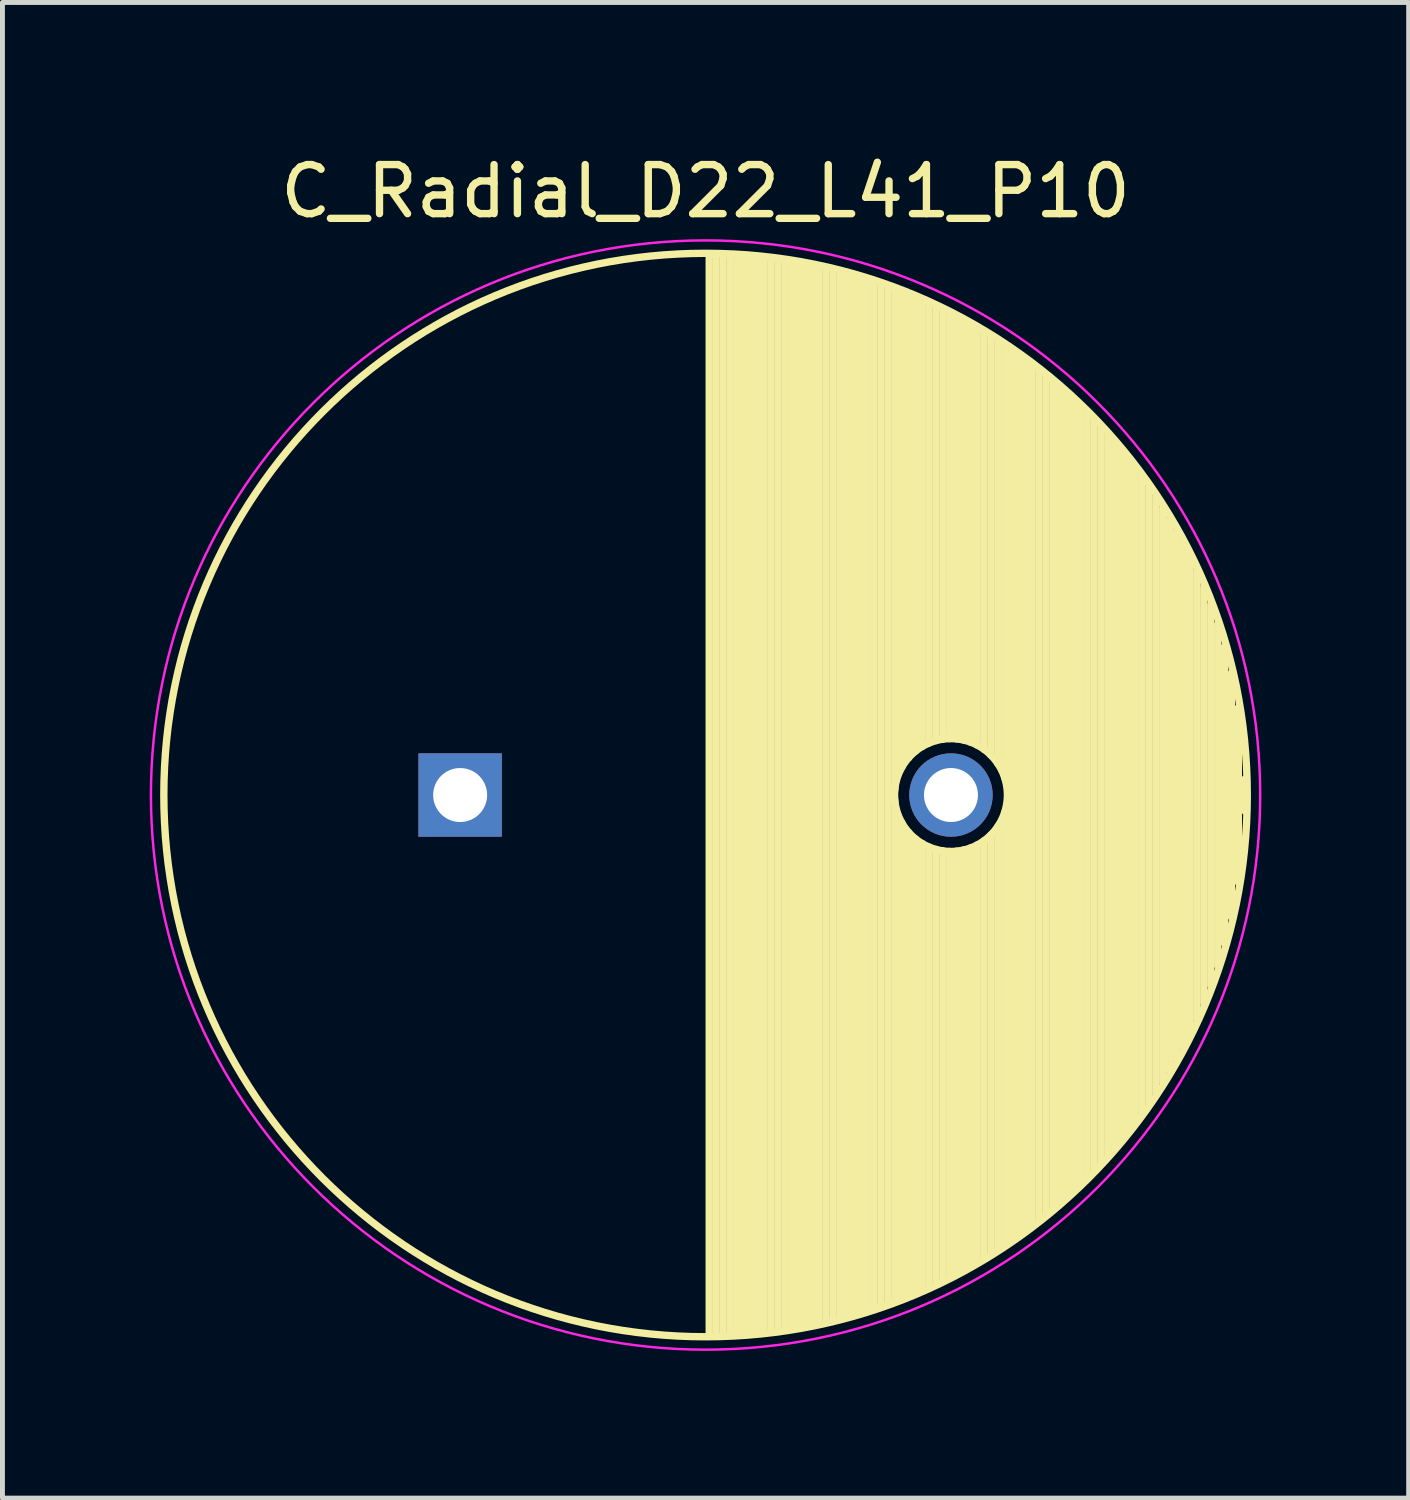
<source format=kicad_pcb>
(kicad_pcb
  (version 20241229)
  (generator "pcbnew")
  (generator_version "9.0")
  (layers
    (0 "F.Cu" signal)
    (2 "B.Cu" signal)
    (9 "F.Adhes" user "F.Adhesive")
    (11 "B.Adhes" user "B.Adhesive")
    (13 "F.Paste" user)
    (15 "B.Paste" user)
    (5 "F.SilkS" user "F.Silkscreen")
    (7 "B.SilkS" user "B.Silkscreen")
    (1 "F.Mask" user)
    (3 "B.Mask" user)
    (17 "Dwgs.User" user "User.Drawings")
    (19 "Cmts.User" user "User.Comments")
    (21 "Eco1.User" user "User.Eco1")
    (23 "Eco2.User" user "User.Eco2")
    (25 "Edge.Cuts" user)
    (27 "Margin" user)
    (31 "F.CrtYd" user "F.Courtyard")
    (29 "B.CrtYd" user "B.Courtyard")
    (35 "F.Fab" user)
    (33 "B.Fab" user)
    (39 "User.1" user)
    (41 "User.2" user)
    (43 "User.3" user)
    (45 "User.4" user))
  (footprint "C_Radial_D22_L41_P10"
    (layer "F.Cu")
    (at 6.325 13.148)
    (property "Reference" "C_Radial_D22_L41_P10" (at 5 -12.3 0) (layer "F.SilkS") (effects (font (size 1 1) (thickness 0.15))))
    (attr through_hole)
    (fp_line (start 5.075 -11) (end 5.075 11) (stroke (width 0.15) (type solid)) (layer "F.SilkS"))
    (fp_line (start 5.215 -10.998) (end 5.215 10.998) (stroke (width 0.15) (type solid)) (layer "F.SilkS"))
    (fp_line (start 5.355 -10.994) (end 5.355 10.994) (stroke (width 0.15) (type solid)) (layer "F.SilkS"))
    (fp_line (start 5.495 -10.989) (end 5.495 10.989) (stroke (width 0.15) (type solid)) (layer "F.SilkS"))
    (fp_line (start 5.635 -10.982) (end 5.635 10.982) (stroke (width 0.15) (type solid)) (layer "F.SilkS"))
    (fp_line (start 5.775 -10.973) (end 5.775 10.973) (stroke (width 0.15) (type solid)) (layer "F.SilkS"))
    (fp_line (start 5.915 -10.962) (end 5.915 10.962) (stroke (width 0.15) (type solid)) (layer "F.SilkS"))
    (fp_line (start 6.055 -10.949) (end 6.055 10.949) (stroke (width 0.15) (type solid)) (layer "F.SilkS"))
    (fp_line (start 6.195 -10.935) (end 6.195 10.935) (stroke (width 0.15) (type solid)) (layer "F.SilkS"))
    (fp_line (start 6.335 -10.919) (end 6.335 10.919) (stroke (width 0.15) (type solid)) (layer "F.SilkS"))
    (fp_line (start 6.475 -10.901) (end 6.475 10.901) (stroke (width 0.15) (type solid)) (layer "F.SilkS"))
    (fp_line (start 6.615 -10.881) (end 6.615 10.881) (stroke (width 0.15) (type solid)) (layer "F.SilkS"))
    (fp_line (start 6.755 -10.859) (end 6.755 10.859) (stroke (width 0.15) (type solid)) (layer "F.SilkS"))
    (fp_line (start 6.895 -10.836) (end 6.895 10.836) (stroke (width 0.15) (type solid)) (layer "F.SilkS"))
    (fp_line (start 7.035 -10.81) (end 7.035 10.81) (stroke (width 0.15) (type solid)) (layer "F.SilkS"))
    (fp_line (start 7.175 -10.783) (end 7.175 10.783) (stroke (width 0.15) (type solid)) (layer "F.SilkS"))
    (fp_line (start 7.315 -10.754) (end 7.315 10.754) (stroke (width 0.15) (type solid)) (layer "F.SilkS"))
    (fp_line (start 7.455 -10.723) (end 7.455 10.723) (stroke (width 0.15) (type solid)) (layer "F.SilkS"))
    (fp_line (start 7.595 -10.69) (end 7.595 10.69) (stroke (width 0.15) (type solid)) (layer "F.SilkS"))
    (fp_line (start 7.735 -10.655) (end 7.735 10.655) (stroke (width 0.15) (type solid)) (layer "F.SilkS"))
    (fp_line (start 7.875 -10.618) (end 7.875 10.618) (stroke (width 0.15) (type solid)) (layer "F.SilkS"))
    (fp_line (start 8.015 -10.579) (end 8.015 10.579) (stroke (width 0.15) (type solid)) (layer "F.SilkS"))
    (fp_line (start 8.155 -10.538) (end 8.155 10.538) (stroke (width 0.15) (type solid)) (layer "F.SilkS"))
    (fp_line (start 8.295 -10.495) (end 8.295 10.495) (stroke (width 0.15) (type solid)) (layer "F.SilkS"))
    (fp_line (start 8.435 -10.45) (end 8.435 10.45) (stroke (width 0.15) (type solid)) (layer "F.SilkS"))
    (fp_line (start 8.575 -10.403) (end 8.575 10.403) (stroke (width 0.15) (type solid)) (layer "F.SilkS"))
    (fp_line (start 8.715 -10.354) (end 8.715 10.354) (stroke (width 0.15) (type solid)) (layer "F.SilkS"))
    (fp_line (start 8.855 -10.302) (end 8.855 -0.107) (stroke (width 0.15) (type solid)) (layer "F.SilkS"))
    (fp_line (start 8.855 0.107) (end 8.855 10.302) (stroke (width 0.15) (type solid)) (layer "F.SilkS"))
    (fp_line (start 8.995 -10.249) (end 8.995 -0.559) (stroke (width 0.15) (type solid)) (layer "F.SilkS"))
    (fp_line (start 8.995 0.559) (end 8.995 10.249) (stroke (width 0.15) (type solid)) (layer "F.SilkS"))
    (fp_line (start 9.135 -10.193) (end 9.135 -0.758) (stroke (width 0.15) (type solid)) (layer "F.SilkS"))
    (fp_line (start 9.135 0.758) (end 9.135 10.193) (stroke (width 0.15) (type solid)) (layer "F.SilkS"))
    (fp_line (start 9.275 -10.135) (end 9.275 -0.893) (stroke (width 0.15) (type solid)) (layer "F.SilkS"))
    (fp_line (start 9.275 0.893) (end 9.275 10.135) (stroke (width 0.15) (type solid)) (layer "F.SilkS"))
    (fp_line (start 9.415 -10.075) (end 9.415 -0.99) (stroke (width 0.15) (type solid)) (layer "F.SilkS"))
    (fp_line (start 9.415 0.99) (end 9.415 10.075) (stroke (width 0.15) (type solid)) (layer "F.SilkS"))
    (fp_line (start 9.555 -10.013) (end 9.555 -1.06) (stroke (width 0.15) (type solid)) (layer "F.SilkS"))
    (fp_line (start 9.555 1.06) (end 9.555 10.013) (stroke (width 0.15) (type solid)) (layer "F.SilkS"))
    (fp_line (start 9.695 -9.948) (end 9.695 -1.109) (stroke (width 0.15) (type solid)) (layer "F.SilkS"))
    (fp_line (start 9.695 1.109) (end 9.695 9.948) (stroke (width 0.15) (type solid)) (layer "F.SilkS"))
    (fp_line (start 9.835 -9.88) (end 9.835 -1.138) (stroke (width 0.15) (type solid)) (layer "F.SilkS"))
    (fp_line (start 9.835 1.138) (end 9.835 9.88) (stroke (width 0.15) (type solid)) (layer "F.SilkS"))
    (fp_line (start 9.975 -9.811) (end 9.975 -1.15) (stroke (width 0.15) (type solid)) (layer "F.SilkS"))
    (fp_line (start 9.975 1.15) (end 9.975 9.811) (stroke (width 0.15) (type solid)) (layer "F.SilkS"))
    (fp_line (start 10.115 -9.738) (end 10.115 -1.144) (stroke (width 0.15) (type solid)) (layer "F.SilkS"))
    (fp_line (start 10.115 1.144) (end 10.115 9.738) (stroke (width 0.15) (type solid)) (layer "F.SilkS"))
    (fp_line (start 10.255 -9.664) (end 10.255 -1.121) (stroke (width 0.15) (type solid)) (layer "F.SilkS"))
    (fp_line (start 10.255 1.121) (end 10.255 9.664) (stroke (width 0.15) (type solid)) (layer "F.SilkS"))
    (fp_line (start 10.395 -9.586) (end 10.395 -1.08) (stroke (width 0.15) (type solid)) (layer "F.SilkS"))
    (fp_line (start 10.395 1.08) (end 10.395 9.586) (stroke (width 0.15) (type solid)) (layer "F.SilkS"))
    (fp_line (start 10.535 -9.506) (end 10.535 -1.018) (stroke (width 0.15) (type solid)) (layer "F.SilkS"))
    (fp_line (start 10.535 1.018) (end 10.535 9.506) (stroke (width 0.15) (type solid)) (layer "F.SilkS"))
    (fp_line (start 10.675 -9.423) (end 10.675 -0.931) (stroke (width 0.15) (type solid)) (layer "F.SilkS"))
    (fp_line (start 10.675 0.931) (end 10.675 9.423) (stroke (width 0.15) (type solid)) (layer "F.SilkS"))
    (fp_line (start 10.815 -9.337) (end 10.815 -0.811) (stroke (width 0.15) (type solid)) (layer "F.SilkS"))
    (fp_line (start 10.815 0.811) (end 10.815 9.337) (stroke (width 0.15) (type solid)) (layer "F.SilkS"))
    (fp_line (start 10.955 -9.249) (end 10.955 -0.641) (stroke (width 0.15) (type solid)) (layer "F.SilkS"))
    (fp_line (start 10.955 0.641) (end 10.955 9.249) (stroke (width 0.15) (type solid)) (layer "F.SilkS"))
    (fp_line (start 11.095 -9.157) (end 11.095 -0.351) (stroke (width 0.15) (type solid)) (layer "F.SilkS"))
    (fp_line (start 11.095 0.351) (end 11.095 9.157) (stroke (width 0.15) (type solid)) (layer "F.SilkS"))
    (fp_line (start 11.235 -9.062) (end 11.235 9.062) (stroke (width 0.15) (type solid)) (layer "F.SilkS"))
    (fp_line (start 11.375 -8.964) (end 11.375 8.964) (stroke (width 0.15) (type solid)) (layer "F.SilkS"))
    (fp_line (start 11.515 -8.863) (end 11.515 8.863) (stroke (width 0.15) (type solid)) (layer "F.SilkS"))
    (fp_line (start 11.655 -8.758) (end 11.655 8.758) (stroke (width 0.15) (type solid)) (layer "F.SilkS"))
    (fp_line (start 11.795 -8.65) (end 11.795 8.65) (stroke (width 0.15) (type solid)) (layer "F.SilkS"))
    (fp_line (start 11.935 -8.538) (end 11.935 8.538) (stroke (width 0.15) (type solid)) (layer "F.SilkS"))
    (fp_line (start 12.075 -8.423) (end 12.075 8.423) (stroke (width 0.15) (type solid)) (layer "F.SilkS"))
    (fp_line (start 12.215 -8.303) (end 12.215 8.303) (stroke (width 0.15) (type solid)) (layer "F.SilkS"))
    (fp_line (start 12.355 -8.179) (end 12.355 8.179) (stroke (width 0.15) (type solid)) (layer "F.SilkS"))
    (fp_line (start 12.495 -8.051) (end 12.495 8.051) (stroke (width 0.15) (type solid)) (layer "F.SilkS"))
    (fp_line (start 12.635 -7.919) (end 12.635 7.919) (stroke (width 0.15) (type solid)) (layer "F.SilkS"))
    (fp_line (start 12.775 -7.781) (end 12.775 7.781) (stroke (width 0.15) (type solid)) (layer "F.SilkS"))
    (fp_line (start 12.915 -7.639) (end 12.915 7.639) (stroke (width 0.15) (type solid)) (layer "F.SilkS"))
    (fp_line (start 13.055 -7.491) (end 13.055 7.491) (stroke (width 0.15) (type solid)) (layer "F.SilkS"))
    (fp_line (start 13.195 -7.338) (end 13.195 7.338) (stroke (width 0.15) (type solid)) (layer "F.SilkS"))
    (fp_line (start 13.335 -7.178) (end 13.335 7.178) (stroke (width 0.15) (type solid)) (layer "F.SilkS"))
    (fp_line (start 13.475 -7.012) (end 13.475 7.012) (stroke (width 0.15) (type solid)) (layer "F.SilkS"))
    (fp_line (start 13.615 -6.84) (end 13.615 6.84) (stroke (width 0.15) (type solid)) (layer "F.SilkS"))
    (fp_line (start 13.755 -6.66) (end 13.755 6.66) (stroke (width 0.15) (type solid)) (layer "F.SilkS"))
    (fp_line (start 13.895 -6.471) (end 13.895 6.471) (stroke (width 0.15) (type solid)) (layer "F.SilkS"))
    (fp_line (start 14.035 -6.274) (end 14.035 6.274) (stroke (width 0.15) (type solid)) (layer "F.SilkS"))
    (fp_line (start 14.175 -6.068) (end 14.175 6.068) (stroke (width 0.15) (type solid)) (layer "F.SilkS"))
    (fp_line (start 14.315 -5.851) (end 14.315 5.851) (stroke (width 0.15) (type solid)) (layer "F.SilkS"))
    (fp_line (start 14.455 -5.622) (end 14.455 5.622) (stroke (width 0.15) (type solid)) (layer "F.SilkS"))
    (fp_line (start 14.595 -5.379) (end 14.595 5.379) (stroke (width 0.15) (type solid)) (layer "F.SilkS"))
    (fp_line (start 14.735 -5.122) (end 14.735 5.122) (stroke (width 0.15) (type solid)) (layer "F.SilkS"))
    (fp_line (start 14.875 -4.846) (end 14.875 4.846) (stroke (width 0.15) (type solid)) (layer "F.SilkS"))
    (fp_line (start 15.015 -4.55) (end 15.015 4.55) (stroke (width 0.15) (type solid)) (layer "F.SilkS"))
    (fp_line (start 15.155 -4.228) (end 15.155 4.228) (stroke (width 0.15) (type solid)) (layer "F.SilkS"))
    (fp_line (start 15.295 -3.875) (end 15.295 3.875) (stroke (width 0.15) (type solid)) (layer "F.SilkS"))
    (fp_line (start 15.435 -3.48) (end 15.435 3.48) (stroke (width 0.15) (type solid)) (layer "F.SilkS"))
    (fp_line (start 15.575 -3.028) (end 15.575 3.028) (stroke (width 0.15) (type solid)) (layer "F.SilkS"))
    (fp_line (start 15.715 -2.488) (end 15.715 2.488) (stroke (width 0.15) (type solid)) (layer "F.SilkS"))
    (fp_line (start 15.855 -1.78) (end 15.855 1.78) (stroke (width 0.15) (type solid)) (layer "F.SilkS"))
    (fp_line (start 15.995 -0.332) (end 15.995 0.332) (stroke (width 0.15) (type solid)) (layer "F.SilkS"))
    (fp_circle (center 5 0) (end 5 -11.037) (stroke (width 0.15) (type solid)) (fill no) (layer "F.SilkS"))
    (fp_circle (center 10 0) (end 10 -1.15) (stroke (width 0.15) (type solid)) (fill no) (layer "F.SilkS"))
    (fp_circle (center 5 0) (end 5 -11.3) (stroke (width 0.05) (type solid)) (fill no) (layer "F.CrtYd"))
    (pad "1" thru_hole rect (at 0 0) (size 1.7 1.7) (drill 1.1) (layers "*.Cu" "*.Mask"))
    (pad "2" thru_hole circle (at 10 0) (size 1.7 1.7) (drill 1.1) (layers "*.Cu" "*.Mask")))
  (gr_rect
    (start -3 -3)
    (end 25.65 27.473)
    (stroke (width 0.1) (type default))
    (fill no)
    (layer "Edge.Cuts")))
</source>
